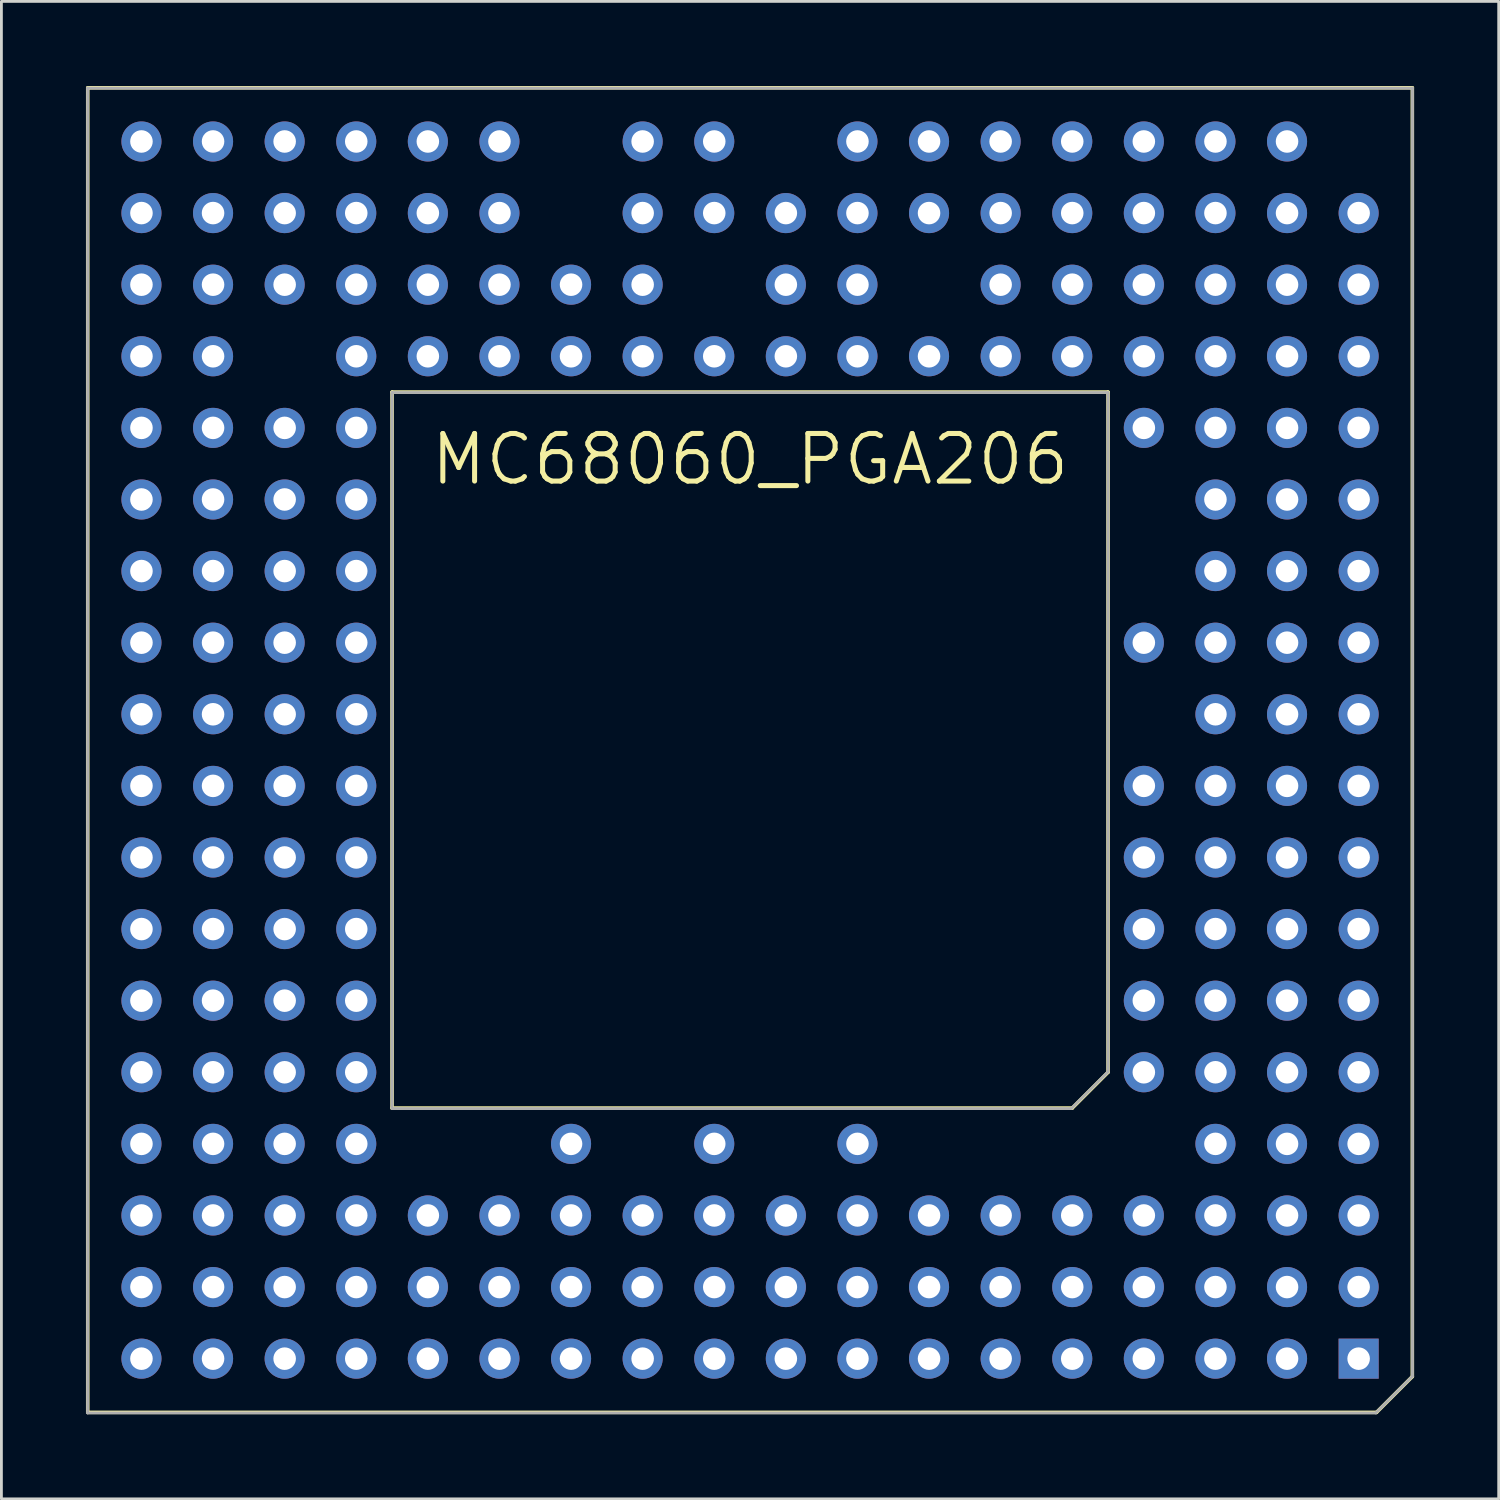
<source format=kicad_pcb>
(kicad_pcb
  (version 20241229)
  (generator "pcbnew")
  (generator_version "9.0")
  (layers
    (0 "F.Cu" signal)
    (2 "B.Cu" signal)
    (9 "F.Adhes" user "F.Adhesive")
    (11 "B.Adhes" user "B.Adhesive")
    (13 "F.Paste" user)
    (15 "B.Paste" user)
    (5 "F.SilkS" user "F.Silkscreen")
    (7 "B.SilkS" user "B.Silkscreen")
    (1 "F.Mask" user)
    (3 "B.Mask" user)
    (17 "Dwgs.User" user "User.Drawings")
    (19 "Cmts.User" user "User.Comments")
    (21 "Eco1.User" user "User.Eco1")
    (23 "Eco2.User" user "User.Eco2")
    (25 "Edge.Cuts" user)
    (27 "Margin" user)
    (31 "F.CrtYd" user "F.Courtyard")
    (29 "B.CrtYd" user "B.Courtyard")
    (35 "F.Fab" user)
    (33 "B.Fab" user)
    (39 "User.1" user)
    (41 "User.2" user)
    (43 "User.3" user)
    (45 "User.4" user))
  (footprint "MC68060_PGA206"
    (layer "F.Cu")
    (at 23.558 24.575)
    (property "Reference" "MC68060_PGA206" (at 0 -12.319 0) (layer "F.SilkS") (effects (font (size 1.689 1.689) (thickness 0.178)) (justify top)))
    (attr through_hole)
    (fp_line (start -23.495 -24.511) (end 23.495 -24.511) (stroke (width 0.127) (type solid)) (layer "F.SilkS"))
    (fp_line (start -23.495 22.479) (end -23.495 -24.511) (stroke (width 0.127) (type solid)) (layer "F.SilkS"))
    (fp_line (start -12.7 -13.716) (end -12.7 11.684) (stroke (width 0.127) (type solid)) (layer "F.SilkS"))
    (fp_line (start -12.7 -13.716) (end 12.7 -13.716) (stroke (width 0.127) (type solid)) (layer "F.SilkS"))
    (fp_line (start 11.43 11.684) (end -12.7 11.684) (stroke (width 0.127) (type solid)) (layer "F.SilkS"))
    (fp_line (start 11.43 11.684) (end 12.7 10.414) (stroke (width 0.127) (type solid)) (layer "F.SilkS"))
    (fp_line (start 12.7 10.414) (end 12.7 -13.716) (stroke (width 0.127) (type solid)) (layer "F.SilkS"))
    (fp_line (start 22.225 22.479) (end -23.495 22.479) (stroke (width 0.127) (type solid)) (layer "F.SilkS"))
    (fp_line (start 23.495 -24.511) (end 23.495 21.209) (stroke (width 0.127) (type solid)) (layer "F.SilkS"))
    (fp_line (start 23.495 21.209) (end 22.225 22.479) (stroke (width 0.127) (type solid)) (layer "F.SilkS"))
    (fp_line (start -23.5 -24.5) (end 23.5 -24.5) (stroke (width 0.1) (type default)) (layer "F.Fab"))
    (fp_line (start -23.5 22.5) (end -23.5 -24.5) (stroke (width 0.1) (type default)) (layer "F.Fab"))
    (fp_line (start -12.7 -13.7) (end 12.7 -13.7) (stroke (width 0.1) (type default)) (layer "F.Fab"))
    (fp_line (start -12.7 11.7) (end -12.7 -13.7) (stroke (width 0.1) (type default)) (layer "F.Fab"))
    (fp_line (start 11.4 11.7) (end -12.7 11.7) (stroke (width 0.1) (type default)) (layer "F.Fab"))
    (fp_line (start 12.7 -13.7) (end 12.7 10.4) (stroke (width 0.1) (type default)) (layer "F.Fab"))
    (fp_line (start 12.7 10.4) (end 11.4 11.7) (stroke (width 0.1) (type default)) (layer "F.Fab"))
    (fp_line (start 22.2 22.5) (end -23.5 22.5) (stroke (width 0.1) (type default)) (layer "F.Fab"))
    (fp_line (start 23.5 -24.5) (end 23.5 21.2) (stroke (width 0.1) (type default)) (layer "F.Fab"))
    (fp_line (start 23.5 21.2) (end 22.2 22.5) (stroke (width 0.1) (type default)) (layer "F.Fab"))
    (pad "A01" thru_hole rect (at 21.59 20.574 180) (size 1.422 1.422) (drill 0.8) (layers "*.Cu" "*.Mask"))
    (pad "A02" thru_hole circle (at 19.05 20.574 180) (size 1.422 1.422) (drill 0.8) (layers "*.Cu" "*.Mask"))
    (pad "A03" thru_hole circle (at 16.51 20.574 180) (size 1.422 1.422) (drill 0.8) (layers "*.Cu" "*.Mask"))
    (pad "A04" thru_hole circle (at 13.97 20.574 180) (size 1.422 1.422) (drill 0.8) (layers "*.Cu" "*.Mask"))
    (pad "A05" thru_hole circle (at 11.43 20.574 180) (size 1.422 1.422) (drill 0.8) (layers "*.Cu" "*.Mask"))
    (pad "A06" thru_hole circle (at 8.89 20.574 180) (size 1.422 1.422) (drill 0.8) (layers "*.Cu" "*.Mask"))
    (pad "A07" thru_hole circle (at 6.35 20.574 180) (size 1.422 1.422) (drill 0.8) (layers "*.Cu" "*.Mask"))
    (pad "A08" thru_hole circle (at 3.81 20.574 180) (size 1.422 1.422) (drill 0.8) (layers "*.Cu" "*.Mask"))
    (pad "A09" thru_hole circle (at 1.27 20.574 180) (size 1.422 1.422) (drill 0.8) (layers "*.Cu" "*.Mask"))
    (pad "A10" thru_hole circle (at -1.27 20.574 180) (size 1.422 1.422) (drill 0.8) (layers "*.Cu" "*.Mask"))
    (pad "A11" thru_hole circle (at -3.81 20.574 180) (size 1.422 1.422) (drill 0.8) (layers "*.Cu" "*.Mask"))
    (pad "A12" thru_hole circle (at -6.35 20.574 180) (size 1.422 1.422) (drill 0.8) (layers "*.Cu" "*.Mask"))
    (pad "A13" thru_hole circle (at -8.89 20.574 180) (size 1.422 1.422) (drill 0.8) (layers "*.Cu" "*.Mask"))
    (pad "A14" thru_hole circle (at -11.43 20.574 180) (size 1.422 1.422) (drill 0.8) (layers "*.Cu" "*.Mask"))
    (pad "A15" thru_hole circle (at -13.97 20.574 180) (size 1.422 1.422) (drill 0.8) (layers "*.Cu" "*.Mask"))
    (pad "A16" thru_hole circle (at -16.51 20.574 180) (size 1.422 1.422) (drill 0.8) (layers "*.Cu" "*.Mask"))
    (pad "A17" thru_hole circle (at -19.05 20.574 180) (size 1.422 1.422) (drill 0.8) (layers "*.Cu" "*.Mask"))
    (pad "A18" thru_hole circle (at -21.59 20.574 180) (size 1.422 1.422) (drill 0.8) (layers "*.Cu" "*.Mask"))
    (pad "B01" thru_hole circle (at 21.59 18.034 180) (size 1.422 1.422) (drill 0.8) (layers "*.Cu" "*.Mask"))
    (pad "B02" thru_hole circle (at 19.05 18.034 180) (size 1.422 1.422) (drill 0.8) (layers "*.Cu" "*.Mask"))
    (pad "B03" thru_hole circle (at 16.51 18.034 180) (size 1.422 1.422) (drill 0.8) (layers "*.Cu" "*.Mask"))
    (pad "B04" thru_hole circle (at 13.97 18.034 180) (size 1.422 1.422) (drill 0.8) (layers "*.Cu" "*.Mask"))
    (pad "B05" thru_hole circle (at 11.43 18.034 180) (size 1.422 1.422) (drill 0.8) (layers "*.Cu" "*.Mask"))
    (pad "B06" thru_hole circle (at 8.89 18.034 180) (size 1.422 1.422) (drill 0.8) (layers "*.Cu" "*.Mask"))
    (pad "B07" thru_hole circle (at 6.35 18.034 180) (size 1.422 1.422) (drill 0.8) (layers "*.Cu" "*.Mask"))
    (pad "B08" thru_hole circle (at 3.81 18.034 180) (size 1.422 1.422) (drill 0.8) (layers "*.Cu" "*.Mask"))
    (pad "B09" thru_hole circle (at 1.27 18.034 180) (size 1.422 1.422) (drill 0.8) (layers "*.Cu" "*.Mask"))
    (pad "B10" thru_hole circle (at -1.27 18.034 180) (size 1.422 1.422) (drill 0.8) (layers "*.Cu" "*.Mask"))
    (pad "B11" thru_hole circle (at -3.81 18.034 180) (size 1.422 1.422) (drill 0.8) (layers "*.Cu" "*.Mask"))
    (pad "B12" thru_hole circle (at -6.35 18.034 180) (size 1.422 1.422) (drill 0.8) (layers "*.Cu" "*.Mask"))
    (pad "B13" thru_hole circle (at -8.89 18.034 180) (size 1.422 1.422) (drill 0.8) (layers "*.Cu" "*.Mask"))
    (pad "B14" thru_hole circle (at -11.43 18.034 180) (size 1.422 1.422) (drill 0.8) (layers "*.Cu" "*.Mask"))
    (pad "B15" thru_hole circle (at -13.97 18.034 180) (size 1.422 1.422) (drill 0.8) (layers "*.Cu" "*.Mask"))
    (pad "B16" thru_hole circle (at -16.51 18.034 180) (size 1.422 1.422) (drill 0.8) (layers "*.Cu" "*.Mask"))
    (pad "B17" thru_hole circle (at -19.05 18.034 180) (size 1.422 1.422) (drill 0.8) (layers "*.Cu" "*.Mask"))
    (pad "B18" thru_hole circle (at -21.59 18.034 180) (size 1.422 1.422) (drill 0.8) (layers "*.Cu" "*.Mask"))
    (pad "C01" thru_hole circle (at 21.59 15.494 180) (size 1.422 1.422) (drill 0.8) (layers "*.Cu" "*.Mask"))
    (pad "C02" thru_hole circle (at 19.05 15.494 180) (size 1.422 1.422) (drill 0.8) (layers "*.Cu" "*.Mask"))
    (pad "C03" thru_hole circle (at 16.51 15.494 180) (size 1.422 1.422) (drill 0.8) (layers "*.Cu" "*.Mask"))
    (pad "C04" thru_hole circle (at 13.97 15.494 180) (size 1.422 1.422) (drill 0.8) (layers "*.Cu" "*.Mask"))
    (pad "C05" thru_hole circle (at 11.43 15.494 180) (size 1.422 1.422) (drill 0.8) (layers "*.Cu" "*.Mask"))
    (pad "C06" thru_hole circle (at 8.89 15.494 180) (size 1.422 1.422) (drill 0.8) (layers "*.Cu" "*.Mask"))
    (pad "C07" thru_hole circle (at 6.35 15.494 180) (size 1.422 1.422) (drill 0.8) (layers "*.Cu" "*.Mask"))
    (pad "C08" thru_hole circle (at 3.81 15.494 180) (size 1.422 1.422) (drill 0.8) (layers "*.Cu" "*.Mask"))
    (pad "C09" thru_hole circle (at 1.27 15.494 180) (size 1.422 1.422) (drill 0.8) (layers "*.Cu" "*.Mask"))
    (pad "C10" thru_hole circle (at -1.27 15.494 180) (size 1.422 1.422) (drill 0.8) (layers "*.Cu" "*.Mask"))
    (pad "C11" thru_hole circle (at -3.81 15.494 180) (size 1.422 1.422) (drill 0.8) (layers "*.Cu" "*.Mask"))
    (pad "C12" thru_hole circle (at -6.35 15.494 180) (size 1.422 1.422) (drill 0.8) (layers "*.Cu" "*.Mask"))
    (pad "C13" thru_hole circle (at -8.89 15.494 180) (size 1.422 1.422) (drill 0.8) (layers "*.Cu" "*.Mask"))
    (pad "C14" thru_hole circle (at -11.43 15.494 180) (size 1.422 1.422) (drill 0.8) (layers "*.Cu" "*.Mask"))
    (pad "C15" thru_hole circle (at -13.97 15.494 180) (size 1.422 1.422) (drill 0.8) (layers "*.Cu" "*.Mask"))
    (pad "C16" thru_hole circle (at -16.51 15.494 180) (size 1.422 1.422) (drill 0.8) (layers "*.Cu" "*.Mask"))
    (pad "C17" thru_hole circle (at -19.05 15.494 180) (size 1.422 1.422) (drill 0.8) (layers "*.Cu" "*.Mask"))
    (pad "C18" thru_hole circle (at -21.59 15.494 180) (size 1.422 1.422) (drill 0.8) (layers "*.Cu" "*.Mask"))
    (pad "D01" thru_hole circle (at 21.59 12.954 180) (size 1.422 1.422) (drill 0.8) (layers "*.Cu" "*.Mask"))
    (pad "D02" thru_hole circle (at 19.05 12.954 180) (size 1.422 1.422) (drill 0.8) (layers "*.Cu" "*.Mask"))
    (pad "D03" thru_hole circle (at 16.51 12.954 180) (size 1.422 1.422) (drill 0.8) (layers "*.Cu" "*.Mask"))
    (pad "D08" thru_hole circle (at 3.81 12.954 180) (size 1.422 1.422) (drill 0.8) (layers "*.Cu" "*.Mask"))
    (pad "D10" thru_hole circle (at -1.27 12.954 180) (size 1.422 1.422) (drill 0.8) (layers "*.Cu" "*.Mask"))
    (pad "D12" thru_hole circle (at -6.35 12.954 180) (size 1.422 1.422) (drill 0.8) (layers "*.Cu" "*.Mask"))
    (pad "D15" thru_hole circle (at -13.97 12.954 180) (size 1.422 1.422) (drill 0.8) (layers "*.Cu" "*.Mask"))
    (pad "D16" thru_hole circle (at -16.51 12.954 180) (size 1.422 1.422) (drill 0.8) (layers "*.Cu" "*.Mask"))
    (pad "D17" thru_hole circle (at -19.05 12.954 180) (size 1.422 1.422) (drill 0.8) (layers "*.Cu" "*.Mask"))
    (pad "D18" thru_hole circle (at -21.59 12.954 180) (size 1.422 1.422) (drill 0.8) (layers "*.Cu" "*.Mask"))
    (pad "E01" thru_hole circle (at 21.59 10.414 180) (size 1.422 1.422) (drill 0.8) (layers "*.Cu" "*.Mask"))
    (pad "E02" thru_hole circle (at 19.05 10.414 180) (size 1.422 1.422) (drill 0.8) (layers "*.Cu" "*.Mask"))
    (pad "E03" thru_hole circle (at 16.51 10.414 180) (size 1.422 1.422) (drill 0.8) (layers "*.Cu" "*.Mask"))
    (pad "E04" thru_hole circle (at 13.97 10.414 180) (size 1.422 1.422) (drill 0.8) (layers "*.Cu" "*.Mask"))
    (pad "E15" thru_hole circle (at -13.97 10.414 180) (size 1.422 1.422) (drill 0.8) (layers "*.Cu" "*.Mask"))
    (pad "E16" thru_hole circle (at -16.51 10.414 180) (size 1.422 1.422) (drill 0.8) (layers "*.Cu" "*.Mask"))
    (pad "E17" thru_hole circle (at -19.05 10.414 180) (size 1.422 1.422) (drill 0.8) (layers "*.Cu" "*.Mask"))
    (pad "E18" thru_hole circle (at -21.59 10.414 180) (size 1.422 1.422) (drill 0.8) (layers "*.Cu" "*.Mask"))
    (pad "F01" thru_hole circle (at 21.59 7.874 180) (size 1.422 1.422) (drill 0.8) (layers "*.Cu" "*.Mask"))
    (pad "F02" thru_hole circle (at 19.05 7.874 180) (size 1.422 1.422) (drill 0.8) (layers "*.Cu" "*.Mask"))
    (pad "F03" thru_hole circle (at 16.51 7.874 180) (size 1.422 1.422) (drill 0.8) (layers "*.Cu" "*.Mask"))
    (pad "F04" thru_hole circle (at 13.97 7.874 180) (size 1.422 1.422) (drill 0.8) (layers "*.Cu" "*.Mask"))
    (pad "F15" thru_hole circle (at -13.97 7.874 180) (size 1.422 1.422) (drill 0.8) (layers "*.Cu" "*.Mask"))
    (pad "F16" thru_hole circle (at -16.51 7.874 180) (size 1.422 1.422) (drill 0.8) (layers "*.Cu" "*.Mask"))
    (pad "F17" thru_hole circle (at -19.05 7.874 180) (size 1.422 1.422) (drill 0.8) (layers "*.Cu" "*.Mask"))
    (pad "F18" thru_hole circle (at -21.59 7.874 180) (size 1.422 1.422) (drill 0.8) (layers "*.Cu" "*.Mask"))
    (pad "G01" thru_hole circle (at 21.59 5.334 180) (size 1.422 1.422) (drill 0.8) (layers "*.Cu" "*.Mask"))
    (pad "G02" thru_hole circle (at 19.05 5.334 180) (size 1.422 1.422) (drill 0.8) (layers "*.Cu" "*.Mask"))
    (pad "G03" thru_hole circle (at 16.51 5.334 180) (size 1.422 1.422) (drill 0.8) (layers "*.Cu" "*.Mask"))
    (pad "G04" thru_hole circle (at 13.97 5.334 180) (size 1.422 1.422) (drill 0.8) (layers "*.Cu" "*.Mask"))
    (pad "G15" thru_hole circle (at -13.97 5.334 180) (size 1.422 1.422) (drill 0.8) (layers "*.Cu" "*.Mask"))
    (pad "G16" thru_hole circle (at -16.51 5.334 180) (size 1.422 1.422) (drill 0.8) (layers "*.Cu" "*.Mask"))
    (pad "G17" thru_hole circle (at -19.05 5.334 180) (size 1.422 1.422) (drill 0.8) (layers "*.Cu" "*.Mask"))
    (pad "G18" thru_hole circle (at -21.59 5.334 180) (size 1.422 1.422) (drill 0.8) (layers "*.Cu" "*.Mask"))
    (pad "H01" thru_hole circle (at 21.59 2.794 180) (size 1.422 1.422) (drill 0.8) (layers "*.Cu" "*.Mask"))
    (pad "H02" thru_hole circle (at 19.05 2.794 180) (size 1.422 1.422) (drill 0.8) (layers "*.Cu" "*.Mask"))
    (pad "H03" thru_hole circle (at 16.51 2.794 180) (size 1.422 1.422) (drill 0.8) (layers "*.Cu" "*.Mask"))
    (pad "H04" thru_hole circle (at 13.97 2.794 180) (size 1.422 1.422) (drill 0.8) (layers "*.Cu" "*.Mask"))
    (pad "H15" thru_hole circle (at -13.97 2.794 180) (size 1.422 1.422) (drill 0.8) (layers "*.Cu" "*.Mask"))
    (pad "H16" thru_hole circle (at -16.51 2.794 180) (size 1.422 1.422) (drill 0.8) (layers "*.Cu" "*.Mask"))
    (pad "H17" thru_hole circle (at -19.05 2.794 180) (size 1.422 1.422) (drill 0.8) (layers "*.Cu" "*.Mask"))
    (pad "H18" thru_hole circle (at -21.59 2.794 180) (size 1.422 1.422) (drill 0.8) (layers "*.Cu" "*.Mask"))
    (pad "J01" thru_hole circle (at 21.59 0.254 180) (size 1.422 1.422) (drill 0.8) (layers "*.Cu" "*.Mask"))
    (pad "J02" thru_hole circle (at 19.05 0.254 180) (size 1.422 1.422) (drill 0.8) (layers "*.Cu" "*.Mask"))
    (pad "J03" thru_hole circle (at 16.51 0.254 180) (size 1.422 1.422) (drill 0.8) (layers "*.Cu" "*.Mask"))
    (pad "J04" thru_hole circle (at 13.97 0.254 180) (size 1.422 1.422) (drill 0.8) (layers "*.Cu" "*.Mask"))
    (pad "J15" thru_hole circle (at -13.97 0.254 180) (size 1.422 1.422) (drill 0.8) (layers "*.Cu" "*.Mask"))
    (pad "J16" thru_hole circle (at -16.51 0.254 180) (size 1.422 1.422) (drill 0.8) (layers "*.Cu" "*.Mask"))
    (pad "J17" thru_hole circle (at -19.05 0.254 180) (size 1.422 1.422) (drill 0.8) (layers "*.Cu" "*.Mask"))
    (pad "J18" thru_hole circle (at -21.59 0.254 180) (size 1.422 1.422) (drill 0.8) (layers "*.Cu" "*.Mask"))
    (pad "K01" thru_hole circle (at 21.59 -2.286 180) (size 1.422 1.422) (drill 0.8) (layers "*.Cu" "*.Mask"))
    (pad "K02" thru_hole circle (at 19.05 -2.286 180) (size 1.422 1.422) (drill 0.8) (layers "*.Cu" "*.Mask"))
    (pad "K03" thru_hole circle (at 16.51 -2.286 180) (size 1.422 1.422) (drill 0.8) (layers "*.Cu" "*.Mask"))
    (pad "K15" thru_hole circle (at -13.97 -2.286 180) (size 1.422 1.422) (drill 0.8) (layers "*.Cu" "*.Mask"))
    (pad "K16" thru_hole circle (at -16.51 -2.286 180) (size 1.422 1.422) (drill 0.8) (layers "*.Cu" "*.Mask"))
    (pad "K17" thru_hole circle (at -19.05 -2.286 180) (size 1.422 1.422) (drill 0.8) (layers "*.Cu" "*.Mask"))
    (pad "K18" thru_hole circle (at -21.59 -2.286 180) (size 1.422 1.422) (drill 0.8) (layers "*.Cu" "*.Mask"))
    (pad "L01" thru_hole circle (at 21.59 -4.826 180) (size 1.422 1.422) (drill 0.8) (layers "*.Cu" "*.Mask"))
    (pad "L02" thru_hole circle (at 19.05 -4.826 180) (size 1.422 1.422) (drill 0.8) (layers "*.Cu" "*.Mask"))
    (pad "L03" thru_hole circle (at 16.51 -4.826 180) (size 1.422 1.422) (drill 0.8) (layers "*.Cu" "*.Mask"))
    (pad "L04" thru_hole circle (at 13.97 -4.826 180) (size 1.422 1.422) (drill 0.8) (layers "*.Cu" "*.Mask"))
    (pad "L15" thru_hole circle (at -13.97 -4.826 180) (size 1.422 1.422) (drill 0.8) (layers "*.Cu" "*.Mask"))
    (pad "L16" thru_hole circle (at -16.51 -4.826 180) (size 1.422 1.422) (drill 0.8) (layers "*.Cu" "*.Mask"))
    (pad "L17" thru_hole circle (at -19.05 -4.826 180) (size 1.422 1.422) (drill 0.8) (layers "*.Cu" "*.Mask"))
    (pad "L18" thru_hole circle (at -21.59 -4.826 180) (size 1.422 1.422) (drill 0.8) (layers "*.Cu" "*.Mask"))
    (pad "M01" thru_hole circle (at 21.59 -7.366 180) (size 1.422 1.422) (drill 0.8) (layers "*.Cu" "*.Mask"))
    (pad "M02" thru_hole circle (at 19.05 -7.366 180) (size 1.422 1.422) (drill 0.8) (layers "*.Cu" "*.Mask"))
    (pad "M03" thru_hole circle (at 16.51 -7.366 180) (size 1.422 1.422) (drill 0.8) (layers "*.Cu" "*.Mask"))
    (pad "M15" thru_hole circle (at -13.97 -7.366 180) (size 1.422 1.422) (drill 0.8) (layers "*.Cu" "*.Mask"))
    (pad "M16" thru_hole circle (at -16.51 -7.366 180) (size 1.422 1.422) (drill 0.8) (layers "*.Cu" "*.Mask"))
    (pad "M17" thru_hole circle (at -19.05 -7.366 180) (size 1.422 1.422) (drill 0.8) (layers "*.Cu" "*.Mask"))
    (pad "M18" thru_hole circle (at -21.59 -7.366 180) (size 1.422 1.422) (drill 0.8) (layers "*.Cu" "*.Mask"))
    (pad "N01" thru_hole circle (at 21.59 -9.906 180) (size 1.422 1.422) (drill 0.8) (layers "*.Cu" "*.Mask"))
    (pad "N02" thru_hole circle (at 19.05 -9.906 180) (size 1.422 1.422) (drill 0.8) (layers "*.Cu" "*.Mask"))
    (pad "N03" thru_hole circle (at 16.51 -9.906 180) (size 1.422 1.422) (drill 0.8) (layers "*.Cu" "*.Mask"))
    (pad "N15" thru_hole circle (at -13.97 -9.906 180) (size 1.422 1.422) (drill 0.8) (layers "*.Cu" "*.Mask"))
    (pad "N16" thru_hole circle (at -16.51 -9.906 180) (size 1.422 1.422) (drill 0.8) (layers "*.Cu" "*.Mask"))
    (pad "N17" thru_hole circle (at -19.05 -9.906 180) (size 1.422 1.422) (drill 0.8) (layers "*.Cu" "*.Mask"))
    (pad "N18" thru_hole circle (at -21.59 -9.906 180) (size 1.422 1.422) (drill 0.8) (layers "*.Cu" "*.Mask"))
    (pad "P01" thru_hole circle (at 21.59 -12.446 180) (size 1.422 1.422) (drill 0.8) (layers "*.Cu" "*.Mask"))
    (pad "P02" thru_hole circle (at 19.05 -12.446 180) (size 1.422 1.422) (drill 0.8) (layers "*.Cu" "*.Mask"))
    (pad "P03" thru_hole circle (at 16.51 -12.446 180) (size 1.422 1.422) (drill 0.8) (layers "*.Cu" "*.Mask"))
    (pad "P04" thru_hole circle (at 13.97 -12.446 180) (size 1.422 1.422) (drill 0.8) (layers "*.Cu" "*.Mask"))
    (pad "P15" thru_hole circle (at -13.97 -12.446 180) (size 1.422 1.422) (drill 0.8) (layers "*.Cu" "*.Mask"))
    (pad "P16" thru_hole circle (at -16.51 -12.446 180) (size 1.422 1.422) (drill 0.8) (layers "*.Cu" "*.Mask"))
    (pad "P17" thru_hole circle (at -19.05 -12.446 180) (size 1.422 1.422) (drill 0.8) (layers "*.Cu" "*.Mask"))
    (pad "P18" thru_hole circle (at -21.59 -12.446 180) (size 1.422 1.422) (drill 0.8) (layers "*.Cu" "*.Mask"))
    (pad "Q01" thru_hole circle (at 21.59 -14.986 180) (size 1.422 1.422) (drill 0.8) (layers "*.Cu" "*.Mask"))
    (pad "Q02" thru_hole circle (at 19.05 -14.986 180) (size 1.422 1.422) (drill 0.8) (layers "*.Cu" "*.Mask"))
    (pad "Q03" thru_hole circle (at 16.51 -14.986 180) (size 1.422 1.422) (drill 0.8) (layers "*.Cu" "*.Mask"))
    (pad "Q04" thru_hole circle (at 13.97 -14.986 180) (size 1.422 1.422) (drill 0.8) (layers "*.Cu" "*.Mask"))
    (pad "Q05" thru_hole circle (at 11.43 -14.986 180) (size 1.422 1.422) (drill 0.8) (layers "*.Cu" "*.Mask"))
    (pad "Q06" thru_hole circle (at 8.89 -14.986 180) (size 1.422 1.422) (drill 0.8) (layers "*.Cu" "*.Mask"))
    (pad "Q07" thru_hole circle (at 6.35 -14.986 180) (size 1.422 1.422) (drill 0.8) (layers "*.Cu" "*.Mask"))
    (pad "Q08" thru_hole circle (at 3.81 -14.986 180) (size 1.422 1.422) (drill 0.8) (layers "*.Cu" "*.Mask"))
    (pad "Q09" thru_hole circle (at 1.27 -14.986 180) (size 1.422 1.422) (drill 0.8) (layers "*.Cu" "*.Mask"))
    (pad "Q10" thru_hole circle (at -1.27 -14.986 180) (size 1.422 1.422) (drill 0.8) (layers "*.Cu" "*.Mask"))
    (pad "Q11" thru_hole circle (at -3.81 -14.986 180) (size 1.422 1.422) (drill 0.8) (layers "*.Cu" "*.Mask"))
    (pad "Q12" thru_hole circle (at -6.35 -14.986 180) (size 1.422 1.422) (drill 0.8) (layers "*.Cu" "*.Mask"))
    (pad "Q13" thru_hole circle (at -8.89 -14.986 180) (size 1.422 1.422) (drill 0.8) (layers "*.Cu" "*.Mask"))
    (pad "Q14" thru_hole circle (at -11.43 -14.986 180) (size 1.422 1.422) (drill 0.8) (layers "*.Cu" "*.Mask"))
    (pad "Q15" thru_hole circle (at -13.97 -14.986 180) (size 1.422 1.422) (drill 0.8) (layers "*.Cu" "*.Mask"))
    (pad "Q17" thru_hole circle (at -19.05 -14.986 180) (size 1.422 1.422) (drill 0.8) (layers "*.Cu" "*.Mask"))
    (pad "Q18" thru_hole circle (at -21.59 -14.986 180) (size 1.422 1.422) (drill 0.8) (layers "*.Cu" "*.Mask"))
    (pad "R01" thru_hole circle (at 21.59 -17.526 180) (size 1.422 1.422) (drill 0.8) (layers "*.Cu" "*.Mask"))
    (pad "R02" thru_hole circle (at 19.05 -17.526 180) (size 1.422 1.422) (drill 0.8) (layers "*.Cu" "*.Mask"))
    (pad "R03" thru_hole circle (at 16.51 -17.526 180) (size 1.422 1.422) (drill 0.8) (layers "*.Cu" "*.Mask"))
    (pad "R04" thru_hole circle (at 13.97 -17.526 180) (size 1.422 1.422) (drill 0.8) (layers "*.Cu" "*.Mask"))
    (pad "R05" thru_hole circle (at 11.43 -17.526 180) (size 1.422 1.422) (drill 0.8) (layers "*.Cu" "*.Mask"))
    (pad "R06" thru_hole circle (at 8.89 -17.526 180) (size 1.422 1.422) (drill 0.8) (layers "*.Cu" "*.Mask"))
    (pad "R08" thru_hole circle (at 3.81 -17.526 180) (size 1.422 1.422) (drill 0.8) (layers "*.Cu" "*.Mask"))
    (pad "R09" thru_hole circle (at 1.27 -17.526 180) (size 1.422 1.422) (drill 0.8) (layers "*.Cu" "*.Mask"))
    (pad "R11" thru_hole circle (at -3.81 -17.526 180) (size 1.422 1.422) (drill 0.8) (layers "*.Cu" "*.Mask"))
    (pad "R12" thru_hole circle (at -6.35 -17.526 180) (size 1.422 1.422) (drill 0.8) (layers "*.Cu" "*.Mask"))
    (pad "R13" thru_hole circle (at -8.89 -17.526 180) (size 1.422 1.422) (drill 0.8) (layers "*.Cu" "*.Mask"))
    (pad "R14" thru_hole circle (at -11.43 -17.526 180) (size 1.422 1.422) (drill 0.8) (layers "*.Cu" "*.Mask"))
    (pad "R15" thru_hole circle (at -13.97 -17.526 180) (size 1.422 1.422) (drill 0.8) (layers "*.Cu" "*.Mask"))
    (pad "R16" thru_hole circle (at -16.51 -17.526 180) (size 1.422 1.422) (drill 0.8) (layers "*.Cu" "*.Mask"))
    (pad "R17" thru_hole circle (at -19.05 -17.526 180) (size 1.422 1.422) (drill 0.8) (layers "*.Cu" "*.Mask"))
    (pad "R18" thru_hole circle (at -21.59 -17.526 180) (size 1.422 1.422) (drill 0.8) (layers "*.Cu" "*.Mask"))
    (pad "S01" thru_hole circle (at 21.59 -20.066 180) (size 1.422 1.422) (drill 0.8) (layers "*.Cu" "*.Mask"))
    (pad "S02" thru_hole circle (at 19.05 -20.066 180) (size 1.422 1.422) (drill 0.8) (layers "*.Cu" "*.Mask"))
    (pad "S03" thru_hole circle (at 16.51 -20.066 180) (size 1.422 1.422) (drill 0.8) (layers "*.Cu" "*.Mask"))
    (pad "S04" thru_hole circle (at 13.97 -20.066 180) (size 1.422 1.422) (drill 0.8) (layers "*.Cu" "*.Mask"))
    (pad "S05" thru_hole circle (at 11.43 -20.066 180) (size 1.422 1.422) (drill 0.8) (layers "*.Cu" "*.Mask"))
    (pad "S06" thru_hole circle (at 8.89 -20.066 180) (size 1.422 1.422) (drill 0.8) (layers "*.Cu" "*.Mask"))
    (pad "S07" thru_hole circle (at 6.35 -20.066 180) (size 1.422 1.422) (drill 0.8) (layers "*.Cu" "*.Mask"))
    (pad "S08" thru_hole circle (at 3.81 -20.066 180) (size 1.422 1.422) (drill 0.8) (layers "*.Cu" "*.Mask"))
    (pad "S09" thru_hole circle (at 1.27 -20.066 180) (size 1.422 1.422) (drill 0.8) (layers "*.Cu" "*.Mask"))
    (pad "S10" thru_hole circle (at -1.27 -20.066 180) (size 1.422 1.422) (drill 0.8) (layers "*.Cu" "*.Mask"))
    (pad "S11" thru_hole circle (at -3.81 -20.066 180) (size 1.422 1.422) (drill 0.8) (layers "*.Cu" "*.Mask"))
    (pad "S13" thru_hole circle (at -8.89 -20.066 180) (size 1.422 1.422) (drill 0.8) (layers "*.Cu" "*.Mask"))
    (pad "S14" thru_hole circle (at -11.43 -20.066 180) (size 1.422 1.422) (drill 0.8) (layers "*.Cu" "*.Mask"))
    (pad "S15" thru_hole circle (at -13.97 -20.066 180) (size 1.422 1.422) (drill 0.8) (layers "*.Cu" "*.Mask"))
    (pad "S16" thru_hole circle (at -16.51 -20.066 180) (size 1.422 1.422) (drill 0.8) (layers "*.Cu" "*.Mask"))
    (pad "S17" thru_hole circle (at -19.05 -20.066 180) (size 1.422 1.422) (drill 0.8) (layers "*.Cu" "*.Mask"))
    (pad "S18" thru_hole circle (at -21.59 -20.066 180) (size 1.422 1.422) (drill 0.8) (layers "*.Cu" "*.Mask"))
    (pad "T02" thru_hole circle (at 19.05 -22.606 180) (size 1.422 1.422) (drill 0.8) (layers "*.Cu" "*.Mask"))
    (pad "T03" thru_hole circle (at 16.51 -22.606 180) (size 1.422 1.422) (drill 0.8) (layers "*.Cu" "*.Mask"))
    (pad "T04" thru_hole circle (at 13.97 -22.606 180) (size 1.422 1.422) (drill 0.8) (layers "*.Cu" "*.Mask"))
    (pad "T05" thru_hole circle (at 11.43 -22.606 180) (size 1.422 1.422) (drill 0.8) (layers "*.Cu" "*.Mask"))
    (pad "T06" thru_hole circle (at 8.89 -22.606 180) (size 1.422 1.422) (drill 0.8) (layers "*.Cu" "*.Mask"))
    (pad "T07" thru_hole circle (at 6.35 -22.606 180) (size 1.422 1.422) (drill 0.8) (layers "*.Cu" "*.Mask"))
    (pad "T08" thru_hole circle (at 3.81 -22.606 180) (size 1.422 1.422) (drill 0.8) (layers "*.Cu" "*.Mask"))
    (pad "T10" thru_hole circle (at -1.27 -22.606 180) (size 1.422 1.422) (drill 0.8) (layers "*.Cu" "*.Mask"))
    (pad "T11" thru_hole circle (at -3.81 -22.606 180) (size 1.422 1.422) (drill 0.8) (layers "*.Cu" "*.Mask"))
    (pad "T13" thru_hole circle (at -8.89 -22.606 180) (size 1.422 1.422) (drill 0.8) (layers "*.Cu" "*.Mask"))
    (pad "T14" thru_hole circle (at -11.43 -22.606 180) (size 1.422 1.422) (drill 0.8) (layers "*.Cu" "*.Mask"))
    (pad "T15" thru_hole circle (at -13.97 -22.606 180) (size 1.422 1.422) (drill 0.8) (layers "*.Cu" "*.Mask"))
    (pad "T16" thru_hole circle (at -16.51 -22.606 180) (size 1.422 1.422) (drill 0.8) (layers "*.Cu" "*.Mask"))
    (pad "T17" thru_hole circle (at -19.05 -22.606 180) (size 1.422 1.422) (drill 0.8) (layers "*.Cu" "*.Mask"))
    (pad "T18" thru_hole circle (at -21.59 -22.606 180) (size 1.422 1.422) (drill 0.8) (layers "*.Cu" "*.Mask")))
  (gr_rect
    (start -3 -3)
    (end 50.117 50.124)
    (stroke (width 0.1) (type default))
    (fill no)
    (layer "Edge.Cuts")))
</source>
